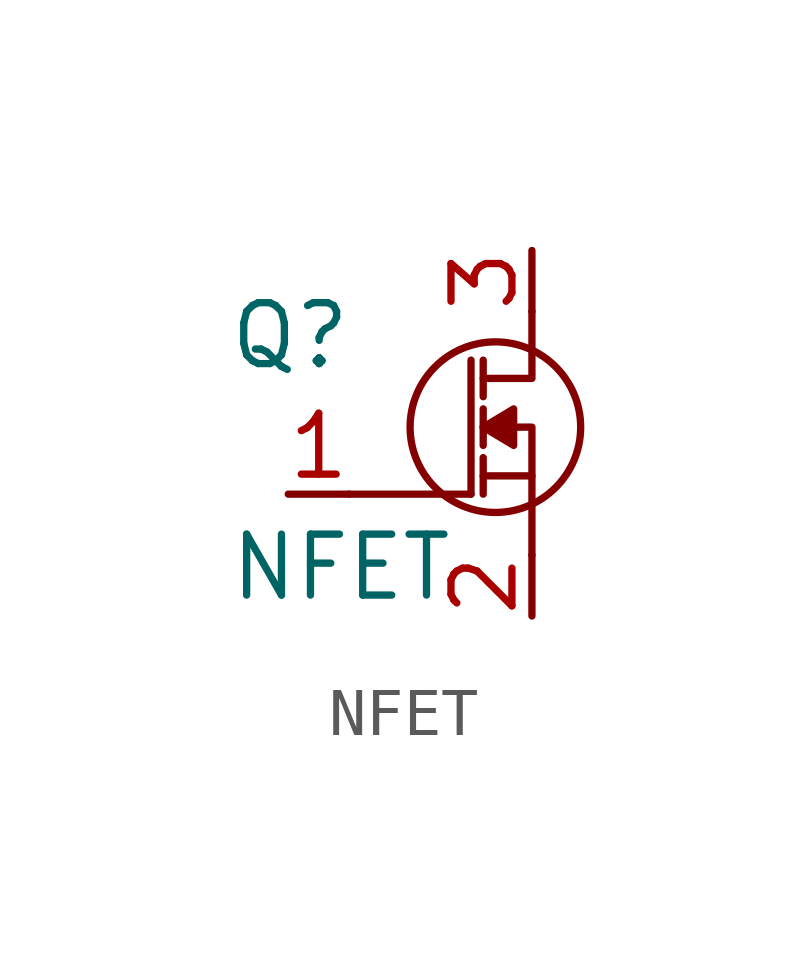
<source format=kicad_sym>
(kicad_symbol_lib
  (version 20211014)
  (generator kicad_symbol_editor)
  (symbol "NFET"
    (pin_names
      (offset 0.025) hide)
    (property "Reference" "Q"
      (at -6.35 0.762 0)
      (effects (font (size 1.27 1.27)) (justify left)))
    (property "Value" "NFET"
      (at -6.35 -4.064 0)
      (effects (font (size 1.27 1.27)) (justify left)))
    (symbol "NFET_0_1"
      (circle (center -0.762 -1.143) (radius 1.778) (stroke (width 0) (type default) (color 0 0 0 0)) (fill (type none)))
      (polyline (pts (xy -3.81 -2.54) (xy -1.27 -2.54)) (stroke (width 0) (type default) (color 0 0 0 0)) (fill (type none)))
      (polyline (pts (xy -1.27 -2.54) (xy -1.27 0.254)) (stroke (width 0) (type default) (color 0 0 0 0)) (fill (type none)))
      (polyline (pts (xy -1.016 -2.159) (xy 0 -2.159)) (stroke (width 0) (type default) (color 0 0 0 0)) (fill (type none)))
      (polyline (pts (xy -1.016 -1.778) (xy -1.016 -2.54)) (stroke (width 0) (type default) (color 0 0 0 0)) (fill (type none)))
      (polyline (pts (xy -1.016 -0.762) (xy -1.016 -1.524)) (stroke (width 0) (type default) (color 0 0 0 0)) (fill (type none)))
      (polyline (pts (xy -1.016 0.254) (xy -1.016 -0.508)) (stroke (width 0) (type default) (color 0 0 0 0)) (fill (type none)))
      (polyline (pts (xy -1.016 -1.143) (xy 0 -1.143) (xy 0 -3.81)) (stroke (width 0) (type default) (color 0 0 0 0)) (fill (type none)))
      (polyline (pts (xy -1.016 -0.127) (xy 0 -0.127) (xy 0 1.27)) (stroke (width 0) (type default) (color 0 0 0 0)) (fill (type none)))
      (polyline (pts (xy -1.016 -1.143) (xy -0.381 -0.762) (xy -0.381 -1.524) (xy -1.016 -1.143)) (stroke (width 0) (type default) (color 0 0 0 0)) (fill (type outline))))
    (symbol "NFET_1_1"
      (pin passive line (at -5.08 -2.54 0) (length 1.27) (name "G" (effects (font (size 1.27 1.27)))) (number "1" (effects (font (size 1.27 1.27)))))
      (pin passive line (at 0 -5.08 90) (length 1.27) (name "S" (effects (font (size 1.27 1.27)))) (number "2" (effects (font (size 1.27 1.27)))))
      (pin passive line (at 0 2.54 270) (length 1.27) (name "D" (effects (font (size 1.27 1.27)))) (number "3" (effects (font (size 1.27 1.27))))))))
</source>
